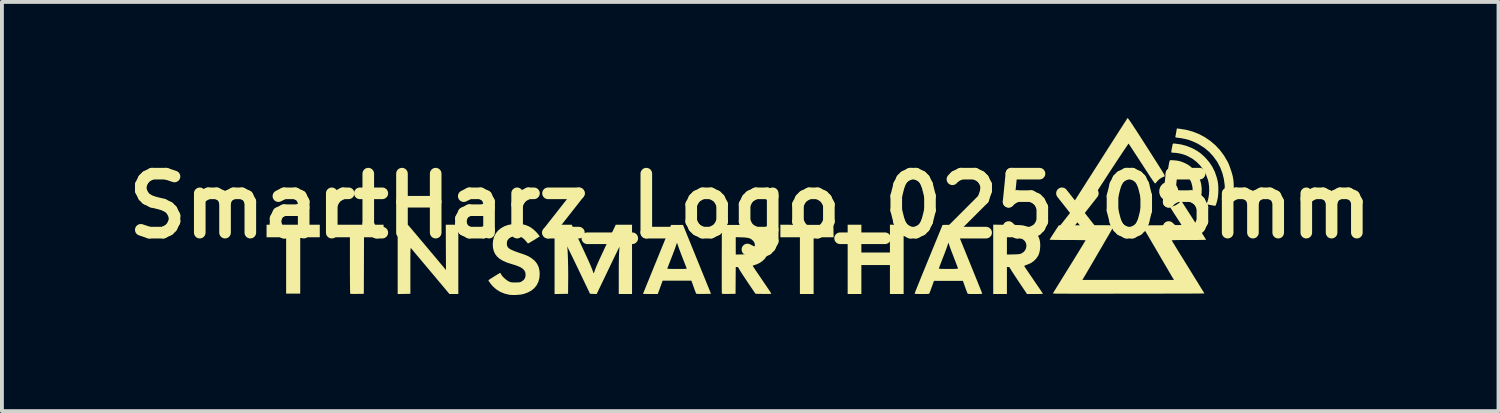
<source format=kicad_pcb>
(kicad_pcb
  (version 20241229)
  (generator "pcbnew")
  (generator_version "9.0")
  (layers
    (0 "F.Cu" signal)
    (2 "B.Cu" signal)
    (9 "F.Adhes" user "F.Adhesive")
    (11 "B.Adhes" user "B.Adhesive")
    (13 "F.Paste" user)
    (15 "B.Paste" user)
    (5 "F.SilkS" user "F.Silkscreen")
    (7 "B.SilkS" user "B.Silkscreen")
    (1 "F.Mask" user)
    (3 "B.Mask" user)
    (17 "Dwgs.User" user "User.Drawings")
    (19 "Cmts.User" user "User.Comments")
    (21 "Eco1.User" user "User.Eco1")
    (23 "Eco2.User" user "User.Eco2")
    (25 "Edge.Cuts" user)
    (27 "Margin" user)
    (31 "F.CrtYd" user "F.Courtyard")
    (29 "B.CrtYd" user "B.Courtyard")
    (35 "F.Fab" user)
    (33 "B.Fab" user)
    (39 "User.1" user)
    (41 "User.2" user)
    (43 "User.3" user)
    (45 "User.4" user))
  (footprint "SmartHarz_Logo_025x05mm"
    (layer "F.Cu")
    (at 16.336 2.272)
    (property "Reference" "SmartHarz_Logo_025x05mm" (at 0 0 0) (layer "F.SilkS") (effects (font (size 1.524 1.524) (thickness 0.3))))
    (attr board_only exclude_from_pos_files exclude_from_bom)
    (fp_poly (pts (xy -11.123 0.809) (xy -11.628 0.809) (xy -11.628 2.265) (xy -11.992 2.265) (xy -11.992 0.809) (xy -12.498 0.809) (xy -12.498 0.485) (xy -11.123 0.485)) (stroke (width 0) (type solid)) (fill yes) (layer "F.SilkS"))
    (fp_poly (pts (xy 1.464 0.488) (xy 2.149 0.49) (xy 2.151 0.65) (xy 2.154 0.809) (xy 1.638 0.809) (xy 1.638 2.275) (xy 1.284 2.275) (xy 1.284 0.809) (xy 0.779 0.809) (xy 0.779 0.485)) (stroke (width 0) (type solid)) (fill yes) (layer "F.SilkS"))
    (fp_poly (pts (xy 2.872 1.203) (xy 3.61 1.203) (xy 3.61 0.485) (xy 3.964 0.485) (xy 3.964 2.275) (xy 3.61 2.275) (xy 3.61 1.527) (xy 2.872 1.527) (xy 2.872 2.275) (xy 2.518 2.275) (xy 2.518 0.485) (xy 2.872 0.485)) (stroke (width 0) (type solid)) (fill yes) (layer "F.SilkS"))
    (fp_poly (pts (xy -9.474 0.809) (xy -9.98 0.809) (xy -9.982 1.539) (xy -9.985 2.27) (xy -10.158 2.273) (xy -10.215 2.273) (xy -10.265 2.273) (xy -10.304 2.272) (xy -10.329 2.27) (xy -10.337 2.269) (xy -10.338 2.258) (xy -10.339 2.228) (xy -10.34 2.181) (xy -10.341 2.119) (xy -10.342 2.044) (xy -10.343 1.956) (xy -10.343 1.857) (xy -10.344 1.75) (xy -10.344 1.636) (xy -10.344 1.535) (xy -10.344 0.809) (xy -10.85 0.809) (xy -10.85 0.485) (xy -9.474 0.485)) (stroke (width 0) (type solid)) (fill yes) (layer "F.SilkS"))
    (fp_poly (pts (xy 10.868 -0.618) (xy 10.919 -0.603) (xy 10.927 -0.599) (xy 10.983 -0.559) (xy 11.025 -0.507) (xy 11.052 -0.446) (xy 11.062 -0.38) (xy 11.054 -0.313) (xy 11.038 -0.268) (xy 11.009 -0.219) (xy 10.975 -0.184) (xy 10.927 -0.156) (xy 10.92 -0.153) (xy 10.861 -0.133) (xy 10.808 -0.127) (xy 10.757 -0.136) (xy 10.689 -0.163) (xy 10.635 -0.204) (xy 10.596 -0.259) (xy 10.573 -0.324) (xy 10.569 -0.354) (xy 10.572 -0.424) (xy 10.594 -0.489) (xy 10.632 -0.545) (xy 10.686 -0.59) (xy 10.702 -0.599) (xy 10.751 -0.616) (xy 10.809 -0.622)) (stroke (width 0) (type solid)) (fill yes) (layer "F.SilkS"))
    (fp_poly (pts (xy -8.818 0.518) (xy -8.807 0.532) (xy -8.783 0.559) (xy -8.749 0.599) (xy -8.707 0.65) (xy -8.656 0.71) (xy -8.599 0.777) (xy -8.538 0.85) (xy -8.472 0.928) (xy -8.404 1.008) (xy -8.336 1.09) (xy -8.267 1.172) (xy -8.2 1.251) (xy -8.136 1.327) (xy -8.077 1.398) (xy -8.023 1.463) (xy -7.976 1.519) (xy -7.937 1.565) (xy -7.908 1.6) (xy -7.89 1.622) (xy -7.885 1.628) (xy -7.862 1.658) (xy -7.865 1.071) (xy -7.867 0.485) (xy -7.543 0.485) (xy -7.543 2.275) (xy -7.772 2.275) (xy -8.258 1.696) (xy -8.337 1.602) (xy -8.412 1.513) (xy -8.483 1.428) (xy -8.548 1.35) (xy -8.607 1.281) (xy -8.658 1.22) (xy -8.7 1.17) (xy -8.732 1.131) (xy -8.754 1.105) (xy -8.763 1.094) (xy -8.763 1.094) (xy -8.767 1.09) (xy -8.77 1.088) (xy -8.773 1.091) (xy -8.775 1.099) (xy -8.777 1.115) (xy -8.779 1.139) (xy -8.78 1.173) (xy -8.781 1.219) (xy -8.781 1.278) (xy -8.782 1.351) (xy -8.782 1.44) (xy -8.782 1.546) (xy -8.782 1.67) (xy -8.782 2.27) (xy -8.946 2.273) (xy -9.11 2.276) (xy -9.11 0.485) (xy -8.848 0.485)) (stroke (width 0) (type solid)) (fill yes) (layer "F.SilkS"))
    (fp_poly (pts (xy 10.897 -1.183) (xy 10.938 -1.18) (xy 10.939 -1.18) (xy 11.018 -1.173) (xy 11.088 -1.16) (xy 11.155 -1.139) (xy 11.229 -1.108) (xy 11.254 -1.096) (xy 11.302 -1.071) (xy 11.341 -1.046) (xy 11.379 -1.016) (xy 11.42 -0.978) (xy 11.436 -0.962) (xy 11.477 -0.919) (xy 11.515 -0.874) (xy 11.547 -0.833) (xy 11.562 -0.809) (xy 11.615 -0.698) (xy 11.65 -0.58) (xy 11.666 -0.458) (xy 11.664 -0.335) (xy 11.642 -0.214) (xy 11.618 -0.139) (xy 11.605 -0.108) (xy 11.592 -0.088) (xy 11.584 -0.082) (xy 11.57 -0.084) (xy 11.541 -0.089) (xy 11.501 -0.097) (xy 11.466 -0.103) (xy 11.423 -0.112) (xy 11.387 -0.119) (xy 11.364 -0.124) (xy 11.358 -0.126) (xy 11.36 -0.136) (xy 11.369 -0.159) (xy 11.383 -0.191) (xy 11.386 -0.196) (xy 11.419 -0.293) (xy 11.433 -0.394) (xy 11.427 -0.494) (xy 11.402 -0.594) (xy 11.38 -0.646) (xy 11.332 -0.726) (xy 11.269 -0.796) (xy 11.195 -0.856) (xy 11.112 -0.902) (xy 11.024 -0.933) (xy 10.933 -0.948) (xy 10.853 -0.946) (xy 10.827 -0.943) (xy 10.811 -0.943) (xy 10.802 -0.951) (xy 10.8 -0.968) (xy 10.804 -0.999) (xy 10.812 -1.046) (xy 10.814 -1.057) (xy 10.824 -1.109) (xy 10.831 -1.146) (xy 10.839 -1.168) (xy 10.851 -1.18) (xy 10.869 -1.184)) (stroke (width 0) (type solid)) (fill yes) (layer "F.SilkS"))
    (fp_poly (pts (xy 10.959 -1.613) (xy 10.979 -1.611) (xy 11.131 -1.59) (xy 11.274 -1.552) (xy 11.411 -1.497) (xy 11.456 -1.475) (xy 11.548 -1.423) (xy 11.63 -1.366) (xy 11.709 -1.298) (xy 11.766 -1.242) (xy 11.863 -1.128) (xy 11.943 -1.008) (xy 12.007 -0.878) (xy 12.055 -0.736) (xy 12.079 -0.642) (xy 12.089 -0.576) (xy 12.095 -0.497) (xy 12.097 -0.411) (xy 12.094 -0.326) (xy 12.087 -0.248) (xy 12.08 -0.202) (xy 12.068 -0.145) (xy 12.054 -0.094) (xy 12.041 -0.051) (xy 12.029 -0.02) (xy 12.019 -0.005) (xy 12.017 -0.004) (xy 12.003 -0.005) (xy 11.975 -0.009) (xy 11.936 -0.016) (xy 11.901 -0.022) (xy 11.858 -0.031) (xy 11.822 -0.038) (xy 11.799 -0.043) (xy 11.793 -0.045) (xy 11.795 -0.054) (xy 11.802 -0.077) (xy 11.81 -0.098) (xy 11.836 -0.187) (xy 11.853 -0.288) (xy 11.86 -0.396) (xy 11.857 -0.504) (xy 11.844 -0.606) (xy 11.826 -0.68) (xy 11.777 -0.812) (xy 11.711 -0.933) (xy 11.629 -1.042) (xy 11.533 -1.139) (xy 11.424 -1.222) (xy 11.304 -1.288) (xy 11.244 -1.314) (xy 11.171 -1.338) (xy 11.092 -1.357) (xy 11.013 -1.37) (xy 10.944 -1.375) (xy 10.939 -1.375) (xy 10.911 -1.375) (xy 10.893 -1.378) (xy 10.883 -1.387) (xy 10.881 -1.404) (xy 10.885 -1.435) (xy 10.893 -1.481) (xy 10.895 -1.491) (xy 10.905 -1.543) (xy 10.912 -1.578) (xy 10.919 -1.6) (xy 10.927 -1.611) (xy 10.94 -1.614)) (stroke (width 0) (type solid)) (fill yes) (layer "F.SilkS"))
    (fp_poly (pts (xy 11.086 -1.996) (xy 11.263 -1.968) (xy 11.434 -1.922) (xy 11.596 -1.858) (xy 11.749 -1.776) (xy 11.891 -1.679) (xy 12.022 -1.567) (xy 12.141 -1.439) (xy 12.245 -1.299) (xy 12.335 -1.145) (xy 12.341 -1.134) (xy 12.366 -1.079) (xy 12.392 -1.01) (xy 12.419 -0.934) (xy 12.444 -0.857) (xy 12.464 -0.785) (xy 12.472 -0.748) (xy 12.486 -0.667) (xy 12.493 -0.571) (xy 12.496 -0.468) (xy 12.494 -0.362) (xy 12.487 -0.259) (xy 12.475 -0.165) (xy 12.461 -0.096) (xy 12.447 -0.042) (xy 12.437 -0.004) (xy 12.43 0.02) (xy 12.424 0.033) (xy 12.419 0.039) (xy 12.414 0.039) (xy 12.399 0.037) (xy 12.37 0.031) (xy 12.33 0.024) (xy 12.301 0.018) (xy 12.258 0.009) (xy 12.224 0.002) (xy 12.202 -0.003) (xy 12.196 -0.005) (xy 12.197 -0.016) (xy 12.203 -0.04) (xy 12.213 -0.074) (xy 12.214 -0.079) (xy 12.248 -0.228) (xy 12.263 -0.381) (xy 12.261 -0.536) (xy 12.24 -0.691) (xy 12.203 -0.842) (xy 12.148 -0.988) (xy 12.076 -1.125) (xy 12.058 -1.154) (xy 11.963 -1.284) (xy 11.858 -1.398) (xy 11.74 -1.497) (xy 11.608 -1.583) (xy 11.522 -1.629) (xy 11.447 -1.663) (xy 11.377 -1.691) (xy 11.308 -1.714) (xy 11.234 -1.732) (xy 11.151 -1.748) (xy 11.053 -1.762) (xy 11.029 -1.765) (xy 10.999 -1.77) (xy 10.986 -1.777) (xy 10.985 -1.788) (xy 10.985 -1.788) (xy 10.989 -1.805) (xy 10.995 -1.836) (xy 11.002 -1.877) (xy 11.007 -1.904) (xy 11.024 -2.003)) (stroke (width 0) (type solid)) (fill yes) (layer "F.SilkS"))
    (fp_poly (pts (xy -1.375 1.38) (xy -1.013 2.27) (xy -1.201 2.273) (xy -1.261 2.273) (xy -1.313 2.273) (xy -1.356 2.272) (xy -1.384 2.27) (xy -1.396 2.268) (xy -1.401 2.256) (xy -1.412 2.229) (xy -1.428 2.188) (xy -1.446 2.139) (xy -1.461 2.096) (xy -1.52 1.931) (xy -2.264 1.931) (xy -2.283 1.984) (xy -2.294 2.015) (xy -2.31 2.059) (xy -2.329 2.11) (xy -2.345 2.156) (xy -2.389 2.275) (xy -2.58 2.275) (xy -2.639 2.275) (xy -2.691 2.274) (xy -2.733 2.274) (xy -2.76 2.272) (xy -2.771 2.271) (xy -2.771 2.271) (xy -2.767 2.262) (xy -2.756 2.234) (xy -2.738 2.191) (xy -2.715 2.133) (xy -2.686 2.061) (xy -2.652 1.977) (xy -2.613 1.883) (xy -2.571 1.778) (xy -2.524 1.665) (xy -2.507 1.621) (xy -2.144 1.621) (xy -2.134 1.623) (xy -2.107 1.625) (xy -2.065 1.626) (xy -2.011 1.627) (xy -1.947 1.628) (xy -1.89 1.628) (xy -1.809 1.628) (xy -1.746 1.627) (xy -1.7 1.626) (xy -1.668 1.624) (xy -1.649 1.621) (xy -1.641 1.618) (xy -1.641 1.615) (xy -1.691 1.487) (xy -1.736 1.373) (xy -1.775 1.273) (xy -1.807 1.188) (xy -1.833 1.119) (xy -1.852 1.067) (xy -1.864 1.033) (xy -1.866 1.026) (xy -1.877 0.993) (xy -1.886 0.968) (xy -1.891 0.958) (xy -1.897 0.963) (xy -1.905 0.983) (xy -1.915 1.013) (xy -1.923 1.04) (xy -1.938 1.081) (xy -1.958 1.136) (xy -1.982 1.199) (xy -2.008 1.269) (xy -2.037 1.342) (xy -2.038 1.346) (xy -2.065 1.415) (xy -2.09 1.478) (xy -2.111 1.533) (xy -2.127 1.576) (xy -2.139 1.606) (xy -2.143 1.621) (xy -2.144 1.621) (xy -2.507 1.621) (xy -2.476 1.545) (xy -2.424 1.42) (xy -2.408 1.379) (xy -2.045 0.49) (xy -1.737 0.49)) (stroke (width 0) (type solid)) (fill yes) (layer "F.SilkS"))
    (fp_poly (pts (xy -4.408 0.923) (xy -4.345 1.059) (xy -4.289 1.178) (xy -4.241 1.282) (xy -4.2 1.371) (xy -4.165 1.447) (xy -4.137 1.511) (xy -4.114 1.565) (xy -4.096 1.609) (xy -4.082 1.645) (xy -4.072 1.673) (xy -4.069 1.681) (xy -4.059 1.712) (xy -4.05 1.733) (xy -4.045 1.739) (xy -4.039 1.73) (xy -4.03 1.707) (xy -4.021 1.682) (xy -4.012 1.654) (xy -4 1.622) (xy -3.985 1.585) (xy -3.967 1.541) (xy -3.944 1.488) (xy -3.916 1.426) (xy -3.882 1.352) (xy -3.842 1.265) (xy -3.795 1.165) (xy -3.741 1.048) (xy -3.695 0.952) (xy -3.475 0.485) (xy -3.054 0.485) (xy -3.054 2.275) (xy -3.397 2.275) (xy -3.397 1.796) (xy -3.397 1.694) (xy -3.397 1.594) (xy -3.396 1.498) (xy -3.394 1.41) (xy -3.393 1.331) (xy -3.391 1.265) (xy -3.389 1.214) (xy -3.387 1.188) (xy -3.383 1.14) (xy -3.381 1.099) (xy -3.379 1.07) (xy -3.379 1.057) (xy -3.379 1.056) (xy -3.384 1.065) (xy -3.397 1.09) (xy -3.417 1.13) (xy -3.443 1.184) (xy -3.476 1.251) (xy -3.513 1.328) (xy -3.555 1.415) (xy -3.601 1.51) (xy -3.649 1.611) (xy -3.675 1.665) (xy -3.968 2.276) (xy -4.053 2.273) (xy -4.139 2.27) (xy -4.428 1.667) (xy -4.492 1.533) (xy -4.548 1.416) (xy -4.596 1.317) (xy -4.637 1.234) (xy -4.67 1.167) (xy -4.695 1.115) (xy -4.714 1.079) (xy -4.727 1.056) (xy -4.733 1.047) (xy -4.734 1.05) (xy -4.729 1.065) (xy -4.725 1.085) (xy -4.721 1.123) (xy -4.718 1.177) (xy -4.715 1.243) (xy -4.712 1.321) (xy -4.709 1.408) (xy -4.707 1.5) (xy -4.705 1.597) (xy -4.704 1.695) (xy -4.703 1.793) (xy -4.704 1.887) (xy -4.704 1.911) (xy -4.707 2.27) (xy -4.881 2.273) (xy -5.056 2.276) (xy -5.056 0.485) (xy -4.614 0.485)) (stroke (width 0) (type solid)) (fill yes) (layer "F.SilkS"))
    (fp_poly (pts (xy 6.646 0.488) (xy 6.743 0.489) (xy 6.823 0.49) (xy 6.887 0.492) (xy 6.939 0.494) (xy 6.979 0.496) (xy 7.012 0.498) (xy 7.038 0.502) (xy 7.061 0.506) (xy 7.083 0.512) (xy 7.09 0.513) (xy 7.195 0.55) (xy 7.285 0.6) (xy 7.359 0.662) (xy 7.418 0.736) (xy 7.461 0.824) (xy 7.477 0.87) (xy 7.489 0.934) (xy 7.494 1.008) (xy 7.491 1.086) (xy 7.481 1.163) (xy 7.464 1.231) (xy 7.446 1.277) (xy 7.394 1.356) (xy 7.327 1.424) (xy 7.247 1.479) (xy 7.156 1.517) (xy 7.154 1.518) (xy 7.119 1.53) (xy 7.093 1.542) (xy 7.081 1.551) (xy 7.081 1.552) (xy 7.087 1.563) (xy 7.103 1.588) (xy 7.128 1.626) (xy 7.162 1.676) (xy 7.202 1.735) (xy 7.247 1.802) (xy 7.297 1.874) (xy 7.323 1.913) (xy 7.374 1.988) (xy 7.422 2.057) (xy 7.465 2.12) (xy 7.501 2.174) (xy 7.53 2.218) (xy 7.551 2.249) (xy 7.562 2.266) (xy 7.563 2.269) (xy 7.554 2.271) (xy 7.527 2.272) (xy 7.486 2.274) (xy 7.434 2.275) (xy 7.373 2.275) (xy 7.358 2.275) (xy 7.152 2.275) (xy 6.94 1.959) (xy 6.892 1.887) (xy 6.846 1.818) (xy 6.806 1.756) (xy 6.771 1.702) (xy 6.743 1.658) (xy 6.724 1.627) (xy 6.715 1.611) (xy 6.715 1.61) (xy 6.702 1.587) (xy 6.685 1.579) (xy 6.667 1.577) (xy 6.633 1.577) (xy 6.633 2.275) (xy 6.279 2.275) (xy 6.279 1.256) (xy 6.633 1.256) (xy 6.797 1.252) (xy 6.862 1.25) (xy 6.91 1.248) (xy 6.946 1.244) (xy 6.973 1.239) (xy 6.995 1.233) (xy 7.007 1.227) (xy 7.062 1.192) (xy 7.103 1.145) (xy 7.129 1.088) (xy 7.137 1.026) (xy 7.135 1.002) (xy 7.12 0.946) (xy 7.09 0.901) (xy 7.045 0.863) (xy 7.006 0.842) (xy 6.959 0.826) (xy 6.9 0.816) (xy 6.828 0.81) (xy 6.751 0.809) (xy 6.633 0.809) (xy 6.633 1.256) (xy 6.279 1.256) (xy 6.279 0.483)) (stroke (width 0) (type solid)) (fill yes) (layer "F.SilkS"))
    (fp_poly (pts (xy 9.757 -2.269) (xy 9.768 -2.256) (xy 9.785 -2.233) (xy 9.81 -2.198) (xy 9.842 -2.151) (xy 9.882 -2.091) (xy 9.93 -2.017) (xy 9.988 -1.93) (xy 10.054 -1.827) (xy 10.13 -1.709) (xy 10.216 -1.574) (xy 10.246 -1.528) (xy 10.329 -1.398) (xy 10.402 -1.283) (xy 10.466 -1.183) (xy 10.521 -1.097) (xy 10.567 -1.024) (xy 10.605 -0.963) (xy 10.637 -0.912) (xy 10.662 -0.871) (xy 10.681 -0.838) (xy 10.695 -0.814) (xy 10.704 -0.795) (xy 10.709 -0.782) (xy 10.711 -0.773) (xy 10.71 -0.768) (xy 10.708 -0.765) (xy 10.706 -0.764) (xy 10.65 -0.739) (xy 10.608 -0.717) (xy 10.573 -0.692) (xy 10.541 -0.663) (xy 10.513 -0.633) (xy 10.489 -0.606) (xy 10.475 -0.588) (xy 10.471 -0.583) (xy 10.467 -0.581) (xy 10.462 -0.583) (xy 10.454 -0.59) (xy 10.442 -0.602) (xy 10.427 -0.622) (xy 10.407 -0.651) (xy 10.381 -0.689) (xy 10.348 -0.737) (xy 10.308 -0.798) (xy 10.26 -0.872) (xy 10.202 -0.961) (xy 10.135 -1.065) (xy 10.123 -1.083) (xy 10.062 -1.176) (xy 10.006 -1.263) (xy 9.953 -1.344) (xy 9.905 -1.417) (xy 9.864 -1.481) (xy 9.829 -1.533) (xy 9.803 -1.574) (xy 9.785 -1.6) (xy 9.778 -1.611) (xy 9.778 -1.611) (xy 9.771 -1.604) (xy 9.755 -1.581) (xy 9.729 -1.543) (xy 9.694 -1.492) (xy 9.651 -1.428) (xy 9.6 -1.352) (xy 9.543 -1.266) (xy 9.48 -1.171) (xy 9.413 -1.068) (xy 9.34 -0.958) (xy 9.264 -0.842) (xy 9.201 -0.744) (xy 8.631 0.131) (xy 8.426 0.131) (xy 8.364 0.131) (xy 8.309 0.13) (xy 8.266 0.129) (xy 8.235 0.128) (xy 8.221 0.126) (xy 8.221 0.126) (xy 8.226 0.116) (xy 8.241 0.091) (xy 8.266 0.052) (xy 8.299 -0.000244) (xy 8.339 -0.064) (xy 8.387 -0.139) (xy 8.44 -0.222) (xy 8.498 -0.314) (xy 8.56 -0.411) (xy 8.626 -0.514) (xy 8.632 -0.524) (xy 8.71 -0.647) (xy 8.795 -0.779) (xy 8.884 -0.919) (xy 8.975 -1.061) (xy 9.065 -1.203) (xy 9.154 -1.342) (xy 9.238 -1.474) (xy 9.316 -1.596) (xy 9.385 -1.704) (xy 9.392 -1.714) (xy 9.452 -1.809) (xy 9.51 -1.899) (xy 9.564 -1.983) (xy 9.613 -2.059) (xy 9.656 -2.126) (xy 9.692 -2.182) (xy 9.721 -2.226) (xy 9.74 -2.256) (xy 9.75 -2.27) (xy 9.751 -2.272)) (stroke (width 0) (type solid)) (fill yes) (layer "F.SilkS"))
    (fp_poly (pts (xy 5.635 1.372) (xy 5.687 1.5) (xy 5.737 1.622) (xy 5.783 1.737) (xy 5.827 1.845) (xy 5.867 1.943) (xy 5.902 2.031) (xy 5.933 2.107) (xy 5.958 2.17) (xy 5.977 2.218) (xy 5.99 2.251) (xy 5.996 2.266) (xy 5.996 2.267) (xy 5.987 2.27) (xy 5.96 2.272) (xy 5.919 2.274) (xy 5.868 2.275) (xy 5.809 2.275) (xy 5.809 2.275) (xy 5.743 2.275) (xy 5.695 2.275) (xy 5.661 2.273) (xy 5.638 2.271) (xy 5.625 2.268) (xy 5.617 2.263) (xy 5.613 2.255) (xy 5.611 2.252) (xy 5.604 2.235) (xy 5.592 2.202) (xy 5.575 2.159) (xy 5.557 2.108) (xy 5.548 2.083) (xy 5.495 1.936) (xy 4.748 1.936) (xy 4.695 2.083) (xy 4.676 2.135) (xy 4.659 2.183) (xy 4.644 2.221) (xy 4.634 2.246) (xy 4.632 2.252) (xy 4.628 2.26) (xy 4.621 2.266) (xy 4.61 2.27) (xy 4.592 2.273) (xy 4.562 2.274) (xy 4.52 2.275) (xy 4.461 2.275) (xy 4.434 2.275) (xy 4.365 2.275) (xy 4.314 2.274) (xy 4.279 2.272) (xy 4.258 2.269) (xy 4.248 2.265) (xy 4.248 2.262) (xy 4.252 2.251) (xy 4.263 2.223) (xy 4.28 2.179) (xy 4.304 2.119) (xy 4.333 2.047) (xy 4.368 1.962) (xy 4.406 1.866) (xy 4.449 1.761) (xy 4.495 1.648) (xy 4.508 1.618) (xy 4.874 1.618) (xy 4.884 1.621) (xy 4.913 1.624) (xy 4.961 1.626) (xy 5.027 1.627) (xy 5.111 1.628) (xy 5.121 1.628) (xy 5.21 1.628) (xy 5.279 1.626) (xy 5.328 1.624) (xy 5.358 1.621) (xy 5.369 1.618) (xy 5.369 1.617) (xy 5.366 1.605) (xy 5.356 1.577) (xy 5.34 1.535) (xy 5.32 1.482) (xy 5.296 1.419) (xy 5.269 1.351) (xy 5.264 1.337) (xy 5.236 1.264) (xy 5.209 1.194) (xy 5.185 1.131) (xy 5.165 1.077) (xy 5.151 1.036) (xy 5.142 1.01) (xy 5.142 1.009) (xy 5.132 0.978) (xy 5.125 0.957) (xy 5.122 0.95) (xy 5.117 0.959) (xy 5.109 0.983) (xy 5.098 1.016) (xy 5.096 1.023) (xy 5.087 1.052) (xy 5.071 1.096) (xy 5.05 1.153) (xy 5.026 1.218) (xy 4.999 1.288) (xy 4.974 1.351) (xy 4.948 1.419) (xy 4.924 1.481) (xy 4.904 1.534) (xy 4.888 1.577) (xy 4.878 1.605) (xy 4.874 1.618) (xy 4.874 1.618) (xy 4.508 1.618) (xy 4.544 1.528) (xy 4.596 1.402) (xy 4.609 1.37) (xy 4.97 0.49) (xy 5.122 0.488) (xy 5.274 0.485)) (stroke (width 0) (type solid)) (fill yes) (layer "F.SilkS"))
    (fp_poly (pts (xy -0.374 0.49) (xy -0.279 0.491) (xy -0.201 0.491) (xy -0.138 0.491) (xy -0.088 0.493) (xy -0.049 0.494) (xy -0.017 0.497) (xy 0.009 0.5) (xy 0.032 0.504) (xy 0.055 0.509) (xy 0.071 0.513) (xy 0.175 0.548) (xy 0.263 0.593) (xy 0.335 0.65) (xy 0.339 0.653) (xy 0.396 0.723) (xy 0.439 0.804) (xy 0.467 0.893) (xy 0.482 0.987) (xy 0.482 1.082) (xy 0.467 1.175) (xy 0.437 1.263) (xy 0.393 1.342) (xy 0.369 1.372) (xy 0.318 1.421) (xy 0.253 1.466) (xy 0.182 1.502) (xy 0.138 1.518) (xy 0.103 1.53) (xy 0.076 1.538) (xy 0.063 1.543) (xy 0.062 1.544) (xy 0.067 1.552) (xy 0.082 1.576) (xy 0.106 1.612) (xy 0.138 1.66) (xy 0.177 1.718) (xy 0.222 1.784) (xy 0.271 1.856) (xy 0.297 1.894) (xy 0.348 1.969) (xy 0.396 2.04) (xy 0.439 2.103) (xy 0.477 2.159) (xy 0.507 2.204) (xy 0.528 2.237) (xy 0.54 2.255) (xy 0.542 2.259) (xy 0.543 2.265) (xy 0.538 2.269) (xy 0.525 2.271) (xy 0.502 2.273) (xy 0.467 2.274) (xy 0.416 2.274) (xy 0.347 2.273) (xy 0.342 2.273) (xy 0.137 2.27) (xy -0.059 1.982) (xy -0.106 1.911) (xy -0.152 1.843) (xy -0.193 1.781) (xy -0.228 1.726) (xy -0.257 1.681) (xy -0.276 1.649) (xy -0.284 1.636) (xy -0.301 1.603) (xy -0.315 1.586) (xy -0.33 1.579) (xy -0.344 1.577) (xy -0.374 1.577) (xy -0.377 1.924) (xy -0.379 2.27) (xy -0.554 2.273) (xy -0.621 2.273) (xy -0.67 2.273) (xy -0.703 2.271) (xy -0.724 2.268) (xy -0.733 2.264) (xy -0.733 2.263) (xy -0.734 2.251) (xy -0.735 2.22) (xy -0.735 2.172) (xy -0.736 2.109) (xy -0.736 2.031) (xy -0.736 1.94) (xy -0.736 1.838) (xy -0.736 1.726) (xy -0.736 1.606) (xy -0.736 1.479) (xy -0.736 1.37) (xy -0.734 0.806) (xy -0.374 0.806) (xy -0.374 1.256) (xy -0.215 1.252) (xy -0.154 1.251) (xy -0.109 1.249) (xy -0.076 1.246) (xy -0.051 1.241) (xy -0.03 1.235) (xy -0.008 1.225) (xy 0.003 1.22) (xy 0.058 1.184) (xy 0.096 1.139) (xy 0.116 1.084) (xy 0.119 1.062) (xy 0.12 1.001) (xy 0.109 0.952) (xy 0.083 0.91) (xy 0.075 0.901) (xy 0.045 0.871) (xy 0.011 0.849) (xy -0.028 0.833) (xy -0.077 0.822) (xy -0.139 0.815) (xy -0.218 0.811) (xy -0.22 0.811) (xy -0.374 0.806) (xy -0.734 0.806) (xy -0.733 0.49)) (stroke (width 0) (type solid)) (fill yes) (layer "F.SilkS"))
    (fp_poly (pts (xy -5.944 0.466) (xy -5.865 0.477) (xy -5.792 0.497) (xy -5.721 0.527) (xy -5.713 0.531) (xy -5.658 0.564) (xy -5.598 0.61) (xy -5.541 0.663) (xy -5.491 0.718) (xy -5.472 0.742) (xy -5.439 0.788) (xy -5.478 0.812) (xy -5.558 0.863) (xy -5.626 0.904) (xy -5.678 0.935) (xy -5.716 0.957) (xy -5.738 0.967) (xy -5.743 0.969) (xy -5.753 0.96) (xy -5.771 0.939) (xy -5.792 0.913) (xy -5.845 0.855) (xy -5.899 0.814) (xy -5.957 0.79) (xy -6.022 0.78) (xy -6.042 0.779) (xy -6.12 0.786) (xy -6.185 0.808) (xy -6.238 0.844) (xy -6.266 0.879) (xy -6.282 0.91) (xy -6.289 0.947) (xy -6.289 0.971) (xy -6.287 1.008) (xy -6.278 1.041) (xy -6.261 1.069) (xy -6.234 1.096) (xy -6.195 1.121) (xy -6.143 1.146) (xy -6.075 1.174) (xy -5.99 1.204) (xy -5.962 1.214) (xy -5.886 1.239) (xy -5.826 1.261) (xy -5.779 1.279) (xy -5.739 1.297) (xy -5.705 1.316) (xy -5.671 1.336) (xy -5.636 1.361) (xy -5.563 1.423) (xy -5.507 1.495) (xy -5.468 1.577) (xy -5.446 1.67) (xy -5.44 1.76) (xy -5.449 1.866) (xy -5.475 1.962) (xy -5.518 2.048) (xy -5.578 2.122) (xy -5.653 2.185) (xy -5.744 2.235) (xy -5.851 2.273) (xy -5.861 2.276) (xy -5.922 2.288) (xy -5.994 2.296) (xy -6.071 2.301) (xy -6.145 2.301) (xy -6.208 2.297) (xy -6.224 2.295) (xy -6.345 2.266) (xy -6.457 2.221) (xy -6.557 2.159) (xy -6.634 2.093) (xy -6.667 2.058) (xy -6.699 2.02) (xy -6.727 1.984) (xy -6.749 1.953) (xy -6.762 1.929) (xy -6.763 1.917) (xy -6.763 1.917) (xy -6.751 1.908) (xy -6.726 1.891) (xy -6.691 1.869) (xy -6.65 1.843) (xy -6.606 1.815) (xy -6.562 1.788) (xy -6.523 1.764) (xy -6.491 1.745) (xy -6.469 1.732) (xy -6.462 1.729) (xy -6.453 1.737) (xy -6.442 1.758) (xy -6.44 1.761) (xy -6.42 1.794) (xy -6.388 1.833) (xy -6.347 1.872) (xy -6.303 1.909) (xy -6.261 1.938) (xy -6.244 1.947) (xy -6.216 1.96) (xy -6.191 1.969) (xy -6.165 1.974) (xy -6.132 1.976) (xy -6.085 1.977) (xy -6.067 1.977) (xy -6.016 1.976) (xy -5.98 1.975) (xy -5.954 1.971) (xy -5.933 1.965) (xy -5.912 1.954) (xy -5.903 1.949) (xy -5.853 1.912) (xy -5.822 1.868) (xy -5.807 1.815) (xy -5.806 1.809) (xy -5.806 1.753) (xy -5.817 1.704) (xy -5.841 1.661) (xy -5.879 1.622) (xy -5.932 1.587) (xy -6.002 1.555) (xy -6.09 1.524) (xy -6.163 1.502) (xy -6.285 1.463) (xy -6.388 1.418) (xy -6.473 1.367) (xy -6.541 1.308) (xy -6.592 1.241) (xy -6.627 1.165) (xy -6.647 1.08) (xy -6.653 0.992) (xy -6.644 0.888) (xy -6.618 0.794) (xy -6.575 0.71) (xy -6.517 0.637) (xy -6.443 0.576) (xy -6.357 0.527) (xy -6.257 0.491) (xy -6.145 0.47) (xy -6.037 0.463)) (stroke (width 0) (type solid)) (fill yes) (layer "F.SilkS"))
    (fp_poly (pts (xy 11.46 0.368) (xy 11.518 0.458) (xy 11.572 0.544) (xy 11.623 0.623) (xy 11.668 0.694) (xy 11.706 0.755) (xy 11.738 0.805) (xy 11.761 0.843) (xy 11.776 0.866) (xy 11.78 0.874) (xy 11.77 0.875) (xy 11.742 0.876) (xy 11.698 0.877) (xy 11.64 0.878) (xy 11.57 0.879) (xy 11.489 0.879) (xy 11.401 0.88) (xy 11.334 0.88) (xy 11.223 0.88) (xy 11.132 0.88) (xy 11.057 0.881) (xy 10.999 0.882) (xy 10.955 0.883) (xy 10.924 0.885) (xy 10.904 0.887) (xy 10.894 0.89) (xy 10.893 0.892) (xy 10.899 0.903) (xy 10.915 0.929) (xy 10.94 0.97) (xy 10.973 1.024) (xy 11.013 1.09) (xy 11.06 1.166) (xy 11.113 1.252) (xy 11.171 1.345) (xy 11.233 1.445) (xy 11.298 1.55) (xy 11.318 1.582) (xy 11.384 1.689) (xy 11.446 1.79) (xy 11.505 1.885) (xy 11.559 1.972) (xy 11.607 2.05) (xy 11.648 2.118) (xy 11.683 2.174) (xy 11.71 2.217) (xy 11.727 2.246) (xy 11.735 2.26) (xy 11.736 2.261) (xy 11.725 2.261) (xy 11.696 2.262) (xy 11.649 2.262) (xy 11.585 2.263) (xy 11.505 2.263) (xy 11.412 2.264) (xy 11.305 2.264) (xy 11.187 2.264) (xy 11.058 2.265) (xy 10.919 2.265) (xy 10.773 2.265) (xy 10.619 2.266) (xy 10.46 2.266) (xy 10.296 2.266) (xy 10.128 2.267) (xy 9.959 2.267) (xy 9.788 2.267) (xy 9.618 2.267) (xy 9.449 2.267) (xy 9.283 2.268) (xy 9.12 2.268) (xy 8.963 2.268) (xy 8.811 2.268) (xy 8.668 2.268) (xy 8.532 2.268) (xy 8.407 2.268) (xy 8.293 2.268) (xy 8.19 2.267) (xy 8.102 2.267) (xy 8.028 2.267) (xy 7.97 2.267) (xy 7.928 2.266) (xy 7.905 2.266) (xy 7.902 2.266) (xy 7.82 2.26) (xy 8.243 1.577) (xy 8.309 1.471) (xy 8.372 1.369) (xy 8.431 1.273) (xy 8.485 1.185) (xy 8.533 1.106) (xy 8.576 1.037) (xy 8.611 0.979) (xy 8.638 0.934) (xy 8.656 0.904) (xy 8.665 0.889) (xy 8.665 0.887) (xy 8.656 0.886) (xy 8.628 0.884) (xy 8.583 0.883) (xy 8.525 0.882) (xy 8.454 0.881) (xy 8.373 0.88) (xy 8.284 0.88) (xy 8.2 0.88) (xy 8.106 0.88) (xy 8.017 0.879) (xy 7.938 0.878) (xy 7.868 0.877) (xy 7.812 0.876) (xy 7.769 0.875) (xy 7.743 0.873) (xy 7.736 0.872) (xy 7.741 0.862) (xy 7.756 0.837) (xy 7.779 0.801) (xy 7.808 0.755) (xy 7.842 0.703) (xy 7.855 0.683) (xy 7.974 0.501) (xy 8.69 0.498) (xy 8.828 0.497) (xy 8.947 0.497) (xy 9.049 0.497) (xy 9.134 0.497) (xy 9.205 0.497) (xy 9.262 0.498) (xy 9.307 0.499) (xy 9.342 0.5) (xy 9.367 0.501) (xy 9.384 0.503) (xy 9.394 0.505) (xy 9.399 0.508) (xy 9.4 0.511) (xy 9.4 0.512) (xy 9.394 0.522) (xy 9.379 0.549) (xy 9.355 0.589) (xy 9.325 0.642) (xy 9.288 0.707) (xy 9.245 0.78) (xy 9.198 0.861) (xy 9.147 0.948) (xy 9.094 1.04) (xy 9.039 1.134) (xy 8.983 1.229) (xy 8.928 1.324) (xy 8.874 1.417) (xy 8.822 1.506) (xy 8.773 1.59) (xy 8.728 1.666) (xy 8.688 1.734) (xy 8.654 1.792) (xy 8.627 1.838) (xy 8.608 1.87) (xy 8.597 1.887) (xy 8.597 1.888) (xy 8.582 1.911) (xy 10.95 1.911) (xy 10.92 1.863) (xy 10.91 1.847) (xy 10.891 1.814) (xy 10.864 1.767) (xy 10.828 1.707) (xy 10.787 1.636) (xy 10.739 1.554) (xy 10.686 1.464) (xy 10.629 1.367) (xy 10.569 1.264) (xy 10.507 1.158) (xy 10.122 0.501) (xy 10.633 0.498) (xy 10.732 0.497) (xy 10.825 0.497) (xy 10.91 0.496) (xy 10.984 0.495) (xy 11.047 0.494) (xy 11.095 0.493) (xy 11.128 0.492) (xy 11.142 0.491) (xy 11.143 0.49) (xy 11.138 0.481) (xy 11.123 0.457) (xy 11.1 0.42) (xy 11.07 0.374) (xy 11.035 0.32) (xy 11 0.266) (xy 10.961 0.206) (xy 10.926 0.152) (xy 10.897 0.105) (xy 10.873 0.068) (xy 10.858 0.044) (xy 10.853 0.035) (xy 10.86 0.027) (xy 10.882 0.019) (xy 10.908 0.012) (xy 10.975 -0.01) (xy 11.042 -0.048) (xy 11.103 -0.097) (xy 11.139 -0.132)) (stroke (width 0) (type solid)) (fill yes) (layer "F.SilkS")))
  (gr_rect
    (start -3 -3)
    (end 35.672 7.573)
    (stroke (width 0.1) (type default))
    (fill no)
    (layer "Edge.Cuts")))
</source>
